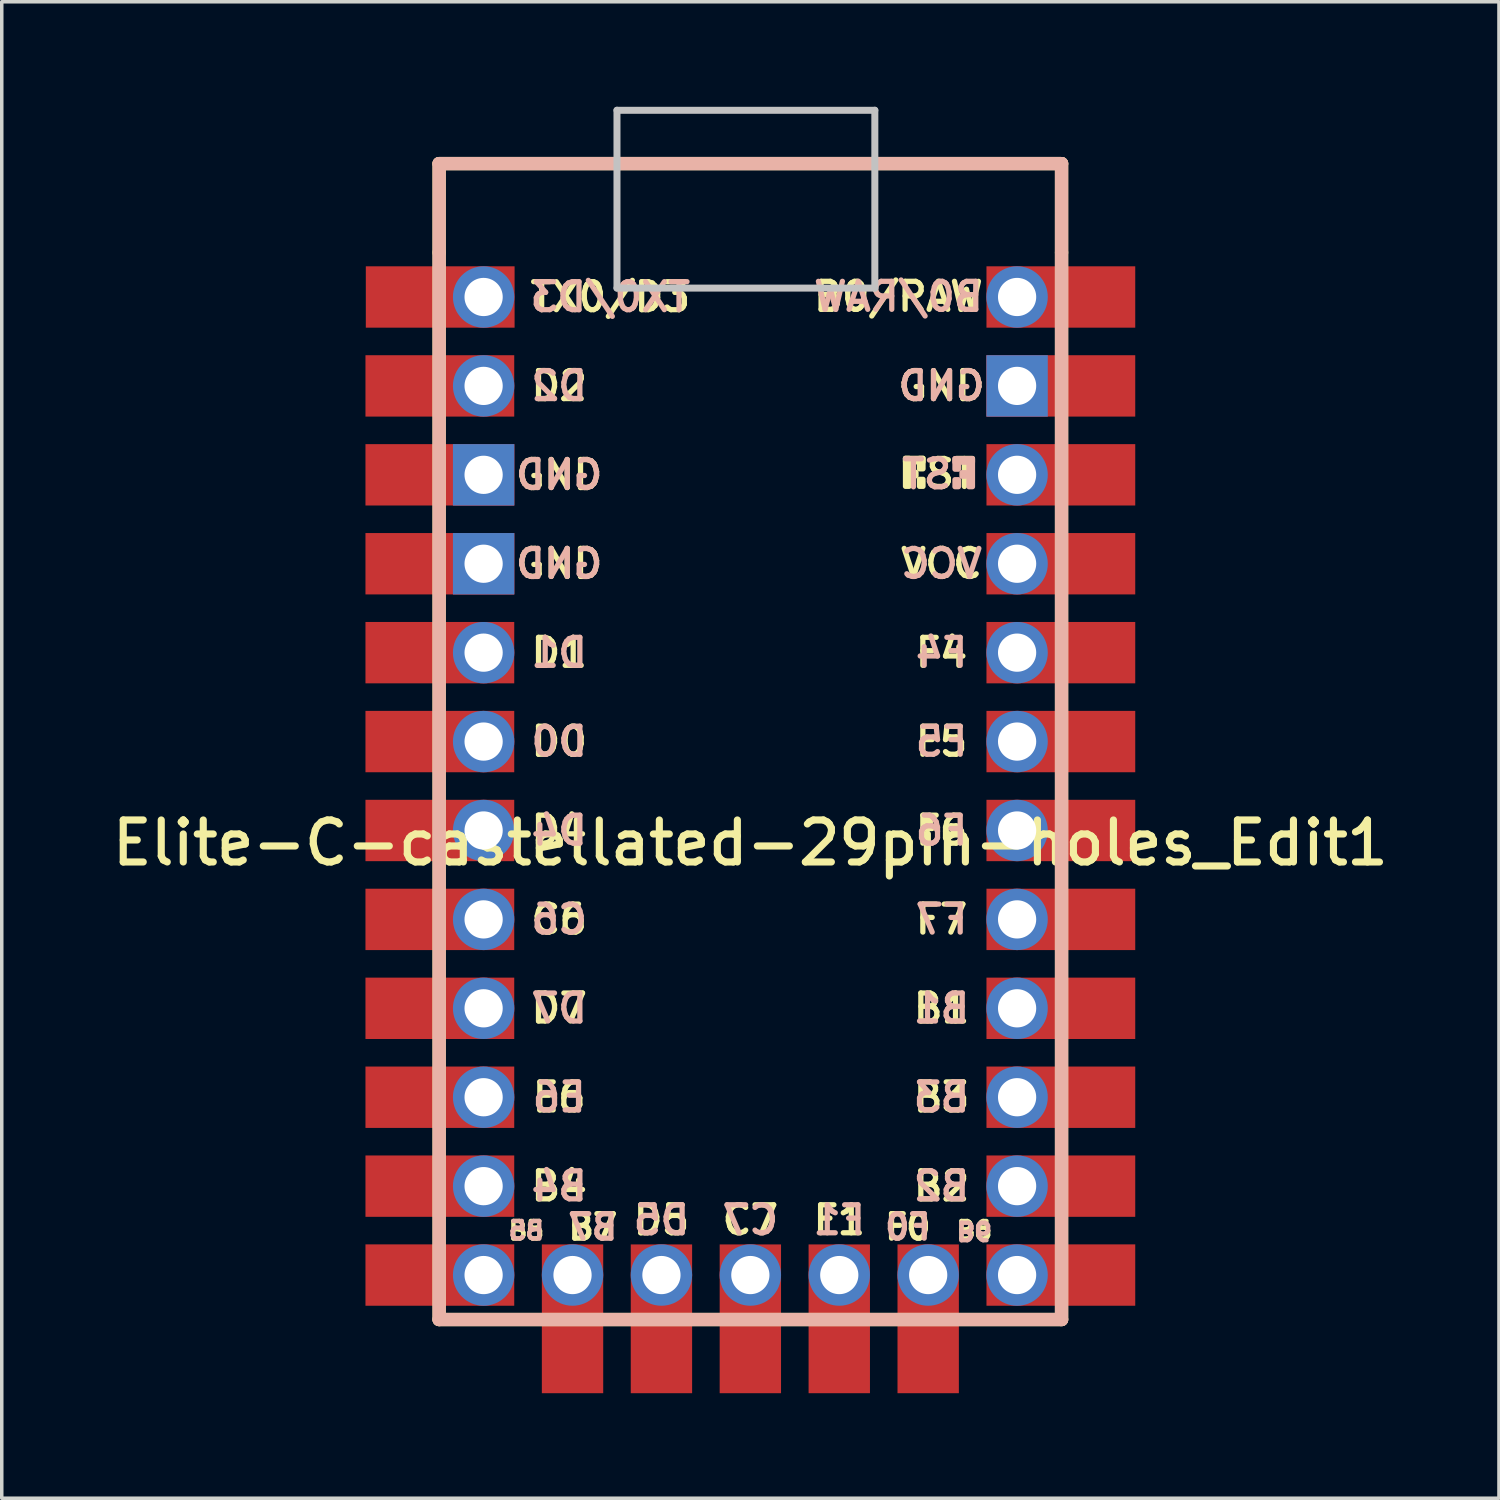
<source format=kicad_pcb>
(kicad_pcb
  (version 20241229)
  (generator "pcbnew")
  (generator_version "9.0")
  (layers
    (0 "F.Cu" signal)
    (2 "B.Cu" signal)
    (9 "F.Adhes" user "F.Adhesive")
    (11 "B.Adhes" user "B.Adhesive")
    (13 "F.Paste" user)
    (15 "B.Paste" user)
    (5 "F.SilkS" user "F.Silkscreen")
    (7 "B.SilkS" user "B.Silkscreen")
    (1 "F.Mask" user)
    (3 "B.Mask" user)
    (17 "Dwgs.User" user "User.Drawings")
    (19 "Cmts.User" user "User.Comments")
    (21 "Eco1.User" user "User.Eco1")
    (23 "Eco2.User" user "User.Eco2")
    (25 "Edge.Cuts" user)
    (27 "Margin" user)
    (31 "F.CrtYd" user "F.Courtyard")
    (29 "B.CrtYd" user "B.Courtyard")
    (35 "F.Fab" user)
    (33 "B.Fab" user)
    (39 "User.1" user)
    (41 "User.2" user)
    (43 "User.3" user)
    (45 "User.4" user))
  (footprint "Elite-C-castellated-29pin-holes_Edit1"
    (layer "F.Cu")
    (at 18.385 19.404)
    (property "Reference" "Elite-C-castellated-29pin-holes_Edit1" (at 0 1.625 0) (layer "F.SilkS") (effects (font (size 1.2 1.2) (thickness 0.203))))
    (attr through_hole)
    (fp_line (start -8.89 -17.78) (end -8.89 -15.24) (stroke (width 0.381) (type solid)) (layer "F.SilkS"))
    (fp_line (start -8.89 -15.24) (end -8.89 15.24) (stroke (width 0.381) (type solid)) (layer "F.SilkS"))
    (fp_line (start -8.89 15.24) (end 8.89 15.24) (stroke (width 0.381) (type solid)) (layer "F.SilkS"))
    (fp_line (start 8.89 -17.78) (end -8.89 -17.78) (stroke (width 0.381) (type solid)) (layer "F.SilkS"))
    (fp_line (start 8.89 -15.24) (end 8.89 -17.78) (stroke (width 0.381) (type solid)) (layer "F.SilkS"))
    (fp_line (start 8.89 15.24) (end 8.89 -15.24) (stroke (width 0.381) (type solid)) (layer "F.SilkS"))
    (fp_poly (pts (xy 4.532 -9.361) (xy 4.532 -8.561) (xy 4.432 -8.561) (xy 4.432 -9.361)) (stroke (width 0.15) (type solid)) (fill yes) (layer "F.SilkS"))
    (fp_poly (pts (xy 4.732 -8.961) (xy 4.732 -8.861) (xy 4.632 -8.861) (xy 4.632 -8.961)) (stroke (width 0.15) (type solid)) (fill yes) (layer "F.SilkS"))
    (fp_poly (pts (xy 4.932 -9.361) (xy 4.932 -9.261) (xy 4.432 -9.261) (xy 4.432 -9.361)) (stroke (width 0.15) (type solid)) (fill yes) (layer "F.SilkS"))
    (fp_poly (pts (xy 4.932 -9.361) (xy 4.932 -9.061) (xy 4.832 -9.061) (xy 4.832 -9.361)) (stroke (width 0.15) (type solid)) (fill yes) (layer "F.SilkS"))
    (fp_poly (pts (xy 4.932 -8.761) (xy 4.932 -8.561) (xy 4.832 -8.561) (xy 4.832 -8.761)) (stroke (width 0.15) (type solid)) (fill yes) (layer "F.SilkS"))
    (fp_line (start -8.89 -17.78) (end -8.89 15.24) (stroke (width 0.381) (type solid)) (layer "B.SilkS"))
    (fp_line (start -8.89 15.24) (end 8.89 15.24) (stroke (width 0.381) (type solid)) (layer "B.SilkS"))
    (fp_line (start 8.89 -17.78) (end -8.89 -17.78) (stroke (width 0.381) (type solid)) (layer "B.SilkS"))
    (fp_line (start 8.89 15.24) (end 8.89 -17.78) (stroke (width 0.381) (type solid)) (layer "B.SilkS"))
    (fp_poly (pts (xy 5.845 -9.351) (xy 5.845 -9.251) (xy 6.345 -9.251) (xy 6.345 -9.351)) (stroke (width 0.15) (type solid)) (fill yes) (layer "B.SilkS"))
    (fp_poly (pts (xy 5.845 -9.351) (xy 5.845 -9.051) (xy 5.945 -9.051) (xy 5.945 -9.351)) (stroke (width 0.15) (type solid)) (fill yes) (layer "B.SilkS"))
    (fp_poly (pts (xy 5.845 -8.751) (xy 5.845 -8.551) (xy 5.945 -8.551) (xy 5.945 -8.751)) (stroke (width 0.15) (type solid)) (fill yes) (layer "B.SilkS"))
    (fp_poly (pts (xy 6.045 -8.951) (xy 6.045 -8.851) (xy 6.145 -8.851) (xy 6.145 -8.951)) (stroke (width 0.15) (type solid)) (fill yes) (layer "B.SilkS"))
    (fp_poly (pts (xy 6.245 -9.351) (xy 6.245 -8.551) (xy 6.345 -8.551) (xy 6.345 -9.351)) (stroke (width 0.15) (type solid)) (fill yes) (layer "B.SilkS"))
    (fp_line (start -3.81 -19.304) (end 3.556 -19.304) (stroke (width 0.2) (type solid)) (layer "Dwgs.User"))
    (fp_line (start -3.81 -14.224) (end -3.81 -19.304) (stroke (width 0.2) (type solid)) (layer "Dwgs.User"))
    (fp_line (start 3.556 -19.304) (end 3.556 -14.224) (stroke (width 0.2) (type solid)) (layer "Dwgs.User"))
    (fp_line (start 3.556 -14.224) (end -3.81 -14.224) (stroke (width 0.2) (type solid)) (layer "Dwgs.User"))
    (fp_text user "E6" (at -5.461 8.89 180) (layer "F.SilkS") (effects (font (size 0.8 0.8) (thickness 0.15))))
    (fp_text user "GND" (at -5.461 -8.89 180) (layer "F.SilkS") (effects (font (size 0.8 0.8) (thickness 0.15))))
    (fp_text user "D2" (at -5.461 -11.43 180) (layer "F.SilkS") (effects (font (size 0.8 0.8) (thickness 0.15))))
    (fp_text user "ST" (at 5.733 -8.92 180) (layer "F.SilkS") (effects (font (size 0.8 0.8) (thickness 0.15))))
    (fp_text user "VCC" (at 5.461 -6.35 180) (layer "F.SilkS") (effects (font (size 0.8 0.8) (thickness 0.15))))
    (fp_text user "C7" (at 0 12.4 180) (layer "F.SilkS") (effects (font (size 0.8 0.8) (thickness 0.15))))
    (fp_text user "F1" (at 2.54 12.4 180) (layer "F.SilkS") (effects (font (size 0.8 0.8) (thickness 0.15))))
    (fp_text user "C6" (at -5.461 3.81 180) (layer "F.SilkS") (effects (font (size 0.8 0.8) (thickness 0.15))))
    (fp_text user "B0/RAW" (at 4.23 -13.98 180) (layer "F.SilkS") (effects (font (size 0.8 0.8) (thickness 0.15))))
    (fp_text user "B2" (at 5.461 11.43 180) (layer "F.SilkS") (effects (font (size 0.8 0.8) (thickness 0.15))))
    (fp_text user "GND" (at 5.461 -11.43 180) (layer "F.SilkS") (effects (font (size 0.8 0.8) (thickness 0.15))))
    (fp_text user "B1" (at 5.461 6.35 180) (layer "F.SilkS") (effects (font (size 0.8 0.8) (thickness 0.15))))
    (fp_text user "B6" (at 6.4 12.7 0) (unlocked yes) (layer "F.SilkS") (effects (font (size 0.5 0.5) (thickness 0.125))))
    (fp_text user "F0" (at 4.5 12.6 180) (layer "F.SilkS") (effects (font (size 0.7 0.7) (thickness 0.15))))
    (fp_text user "B3" (at 5.461 8.89 180) (layer "F.SilkS") (effects (font (size 0.8 0.8) (thickness 0.15))))
    (fp_text user "GND" (at -5.461 -6.35 180) (layer "F.SilkS") (effects (font (size 0.8 0.8) (thickness 0.15))))
    (fp_text user "D0" (at -5.461 -1.27 180) (layer "F.SilkS") (effects (font (size 0.8 0.8) (thickness 0.15))))
    (fp_text user "B5" (at -6.4 12.7 0) (layer "F.SilkS") (effects (font (size 0.5 0.5) (thickness 0.125))))
    (fp_text user "TX0/D3" (at -4 -13.97 180) (layer "F.SilkS") (effects (font (size 0.8 0.8) (thickness 0.15))))
    (fp_text user "F7" (at 5.461 3.81 180) (layer "F.SilkS") (effects (font (size 0.8 0.8) (thickness 0.15))))
    (fp_text user "D5" (at -2.54 12.4 180) (layer "F.SilkS") (effects (font (size 0.8 0.8) (thickness 0.15))))
    (fp_text user "B4" (at -5.461 11.43 180) (layer "F.SilkS") (effects (font (size 0.8 0.8) (thickness 0.15))))
    (fp_text user "B7" (at -4.5 12.6 180) (layer "F.SilkS") (effects (font (size 0.7 0.7) (thickness 0.15))))
    (fp_text user "F5" (at 5.461 -1.27 180) (layer "F.SilkS") (effects (font (size 0.8 0.8) (thickness 0.15))))
    (fp_text user "D7" (at -5.461 6.35 180) (layer "F.SilkS") (effects (font (size 0.8 0.8) (thickness 0.15))))
    (fp_text user "D4" (at -5.461 1.27 180) (layer "F.SilkS") (effects (font (size 0.8 0.8) (thickness 0.15))))
    (fp_text user "F6" (at 5.461 1.27 180) (layer "F.SilkS") (effects (font (size 0.8 0.8) (thickness 0.15))))
    (fp_text user "F4" (at 5.461 -3.81 180) (layer "F.SilkS") (effects (font (size 0.8 0.8) (thickness 0.15))))
    (fp_text user "D1" (at -5.461 -3.81 180) (layer "F.SilkS") (effects (font (size 0.8 0.8) (thickness 0.15))))
    (fp_text user "B4" (at -5.461 11.43 180) (layer "B.SilkS") (effects (font (size 0.8 0.8) (thickness 0.15)) (justify mirror)))
    (fp_text user "TX0/D3" (at -4 -13.97 180) (layer "B.SilkS") (effects (font (size 0.8 0.8) (thickness 0.15)) (justify mirror)))
    (fp_text user "GND" (at -5.461 -8.89 180) (layer "B.SilkS") (effects (font (size 0.8 0.8) (thickness 0.15)) (justify mirror)))
    (fp_text user "F0" (at 4.5 12.6 180) (layer "B.SilkS") (effects (font (size 0.7 0.7) (thickness 0.15)) (justify mirror)))
    (fp_text user "GND" (at 5.461 -11.43 180) (layer "B.SilkS") (effects (font (size 0.8 0.8) (thickness 0.15)) (justify mirror)))
    (fp_text user "GND" (at -5.461 -6.35 180) (layer "B.SilkS") (effects (font (size 0.8 0.8) (thickness 0.15)) (justify mirror)))
    (fp_text user "B1" (at 5.461 6.35 180) (layer "B.SilkS") (effects (font (size 0.8 0.8) (thickness 0.15)) (justify mirror)))
    (fp_text user "F6" (at 5.461 1.27 180) (layer "B.SilkS") (effects (font (size 0.8 0.8) (thickness 0.15)) (justify mirror)))
    (fp_text user "C7" (at 0 12.4 180) (layer "B.SilkS") (effects (font (size 0.8 0.8) (thickness 0.15)) (justify mirror)))
    (fp_text user "B0/RAW" (at 4.23 -13.98 180) (layer "B.SilkS") (effects (font (size 0.8 0.8) (thickness 0.15)) (justify mirror)))
    (fp_text user "B3" (at 5.461 8.89 180) (layer "B.SilkS") (effects (font (size 0.8 0.8) (thickness 0.15)) (justify mirror)))
    (fp_text user "C6" (at -5.461 3.81 180) (layer "B.SilkS") (effects (font (size 0.8 0.8) (thickness 0.15)) (justify mirror)))
    (fp_text user "D5" (at -2.54 12.4 180) (layer "B.SilkS") (effects (font (size 0.8 0.8) (thickness 0.15)) (justify mirror)))
    (fp_text user "VCC" (at 5.461 -6.35 180) (layer "B.SilkS") (effects (font (size 0.8 0.8) (thickness 0.15)) (justify mirror)))
    (fp_text user "D7" (at -5.461 6.35 180) (layer "B.SilkS") (effects (font (size 0.8 0.8) (thickness 0.15)) (justify mirror)))
    (fp_text user "D0" (at -5.461 -1.27 180) (layer "B.SilkS") (effects (font (size 0.8 0.8) (thickness 0.15)) (justify mirror)))
    (fp_text user "ST" (at 5.04 -8.91 180) (layer "B.SilkS") (effects (font (size 0.8 0.8) (thickness 0.15)) (justify mirror)))
    (fp_text user "B6" (at 6.4 12.7 180) (unlocked yes) (layer "B.SilkS") (effects (font (size 0.5 0.5) (thickness 0.125)) (justify mirror)))
    (fp_text user "F1" (at 2.54 12.4 180) (layer "B.SilkS") (effects (font (size 0.8 0.8) (thickness 0.15)) (justify mirror)))
    (fp_text user "D4" (at -5.461 1.27 180) (layer "B.SilkS") (effects (font (size 0.8 0.8) (thickness 0.15)) (justify mirror)))
    (fp_text user "D2" (at -5.461 -11.43 180) (layer "B.SilkS") (effects (font (size 0.8 0.8) (thickness 0.15)) (justify mirror)))
    (fp_text user "F5" (at 5.461 -1.27 180) (layer "B.SilkS") (effects (font (size 0.8 0.8) (thickness 0.15)) (justify mirror)))
    (fp_text user "B2" (at 5.461 11.43 180) (layer "B.SilkS") (effects (font (size 0.8 0.8) (thickness 0.15)) (justify mirror)))
    (fp_text user "B5" (at -6.4 12.7 0) (layer "B.SilkS") (effects (font (size 0.5 0.5) (thickness 0.125)) (justify mirror)))
    (fp_text user "F4" (at 5.461 -3.81 180) (layer "B.SilkS") (effects (font (size 0.8 0.8) (thickness 0.15)) (justify mirror)))
    (fp_text user "F7" (at 5.461 3.81 180) (layer "B.SilkS") (effects (font (size 0.8 0.8) (thickness 0.15)) (justify mirror)))
    (fp_text user "D1" (at -5.461 -3.81 180) (layer "B.SilkS") (effects (font (size 0.8 0.8) (thickness 0.15)) (justify mirror)))
    (fp_text user "B7" (at -4.5 12.6 180) (layer "B.SilkS") (effects (font (size 0.7 0.7) (thickness 0.15)) (justify mirror)))
    (fp_text user "E6" (at -5.461 8.89 180) (layer "B.SilkS") (effects (font (size 0.8 0.8) (thickness 0.15)) (justify mirror)))
    (pad "1" connect rect (at -8.86 -13.97 270) (size 1.753 4.25) (layers "F.Cu" "F.Mask"))
    (pad "1" thru_hole circle (at -7.62 -13.97 270) (size 1.753 1.753) (drill 1.092) (layers "*.Cu" "*.Mask"))
    (pad "2" connect rect (at -8.87 -11.43 270) (size 1.753 4.25) (layers "F.Cu" "F.Mask"))
    (pad "2" thru_hole circle (at -7.62 -11.43 270) (size 1.753 1.753) (drill 1.092) (layers "*.Cu" "*.Mask"))
    (pad "3" connect rect (at -8.87 -8.89 270) (size 1.753 4.25) (layers "F.Cu" "F.Mask"))
    (pad "3" thru_hole rect (at -7.62 -8.89 270) (size 1.753 1.753) (drill 1.092) (layers "*.Cu" "*.Mask"))
    (pad "4" connect rect (at -8.87 -6.35 270) (size 1.753 4.25) (layers "F.Cu" "F.Mask"))
    (pad "4" thru_hole rect (at -7.62 -6.35 270) (size 1.753 1.753) (drill 1.092) (layers "*.Cu" "*.Mask"))
    (pad "5" connect rect (at -8.87 -3.81 270) (size 1.753 4.25) (layers "F.Cu" "F.Mask"))
    (pad "5" thru_hole circle (at -7.62 -3.81 270) (size 1.753 1.753) (drill 1.092) (layers "*.Cu" "*.Mask"))
    (pad "6" connect rect (at -8.87 -1.27 270) (size 1.753 4.25) (layers "F.Cu" "F.Mask"))
    (pad "6" thru_hole circle (at -7.62 -1.27 270) (size 1.753 1.753) (drill 1.092) (layers "*.Cu" "*.Mask"))
    (pad "7" connect rect (at -8.87 1.27 270) (size 1.753 4.25) (layers "F.Cu" "F.Mask"))
    (pad "7" thru_hole circle (at -7.62 1.27 270) (size 1.753 1.753) (drill 1.092) (layers "*.Cu" "*.Mask"))
    (pad "8" connect rect (at -8.87 3.81 270) (size 1.753 4.25) (layers "F.Cu" "F.Mask"))
    (pad "8" thru_hole circle (at -7.62 3.81 270) (size 1.753 1.753) (drill 1.092) (layers "*.Cu" "*.Mask"))
    (pad "9" connect rect (at -8.87 6.35 270) (size 1.753 4.25) (layers "F.Cu" "F.Mask"))
    (pad "9" thru_hole circle (at -7.62 6.35 270) (size 1.753 1.753) (drill 1.092) (layers "*.Cu" "*.Mask"))
    (pad "10" connect rect (at -8.87 8.89 270) (size 1.753 4.25) (layers "F.Cu" "F.Mask"))
    (pad "10" thru_hole circle (at -7.62 8.89 270) (size 1.753 1.753) (drill 1.092) (layers "*.Cu" "*.Mask"))
    (pad "11" connect rect (at -8.87 11.43 270) (size 1.753 4.25) (layers "F.Cu" "F.Mask"))
    (pad "11" thru_hole circle (at -7.62 11.43 270) (size 1.753 1.753) (drill 1.092) (layers "*.Cu" "*.Mask"))
    (pad "12" connect rect (at -8.87 13.97 270) (size 1.753 4.25) (layers "F.Cu" "F.Mask"))
    (pad "12" thru_hole circle (at -7.62 13.97 270) (size 1.753 1.753) (drill 1.092) (layers "*.Cu" "*.Mask"))
    (pad "13" thru_hole circle (at 7.62 13.97 270) (size 1.753 1.753) (drill 1.092) (layers "*.Cu" "*.Mask"))
    (pad "13" connect rect (at 8.87 13.97 270) (size 1.753 4.25) (layers "F.Cu" "F.Mask"))
    (pad "14" thru_hole circle (at 7.62 11.43 270) (size 1.753 1.753) (drill 1.092) (layers "*.Cu" "*.Mask"))
    (pad "14" connect rect (at 8.87 11.43 270) (size 1.753 4.25) (layers "F.Cu" "F.Mask"))
    (pad "15" thru_hole circle (at 7.62 8.89 270) (size 1.753 1.753) (drill 1.092) (layers "*.Cu" "*.Mask"))
    (pad "15" connect rect (at 8.87 8.89 270) (size 1.753 4.25) (layers "F.Cu" "F.Mask"))
    (pad "16" thru_hole circle (at 7.62 6.35 270) (size 1.753 1.753) (drill 1.092) (layers "*.Cu" "*.Mask"))
    (pad "16" connect rect (at 8.87 6.35 270) (size 1.753 4.25) (layers "F.Cu" "F.Mask"))
    (pad "17" thru_hole circle (at 7.62 3.81 270) (size 1.753 1.753) (drill 1.092) (layers "*.Cu" "*.Mask"))
    (pad "17" connect rect (at 8.87 3.81 270) (size 1.753 4.25) (layers "F.Cu" "F.Mask"))
    (pad "18" thru_hole circle (at 7.62 1.27 270) (size 1.753 1.753) (drill 1.092) (layers "*.Cu" "*.Mask"))
    (pad "18" connect rect (at 8.87 1.27 270) (size 1.753 4.25) (layers "F.Cu" "F.Mask"))
    (pad "19" thru_hole circle (at 7.62 -1.27 270) (size 1.753 1.753) (drill 1.092) (layers "*.Cu" "*.Mask"))
    (pad "19" connect rect (at 8.87 -1.27 270) (size 1.753 4.25) (layers "F.Cu" "F.Mask"))
    (pad "20" thru_hole circle (at 7.62 -3.81 270) (size 1.753 1.753) (drill 1.092) (layers "*.Cu" "*.Mask"))
    (pad "20" connect rect (at 8.87 -3.81 270) (size 1.753 4.25) (layers "F.Cu" "F.Mask"))
    (pad "21" thru_hole circle (at 7.62 -6.35 270) (size 1.753 1.753) (drill 1.092) (layers "*.Cu" "*.Mask"))
    (pad "21" connect rect (at 8.87 -6.35 270) (size 1.753 4.25) (layers "F.Cu" "F.Mask"))
    (pad "22" thru_hole circle (at 7.62 -8.89 270) (size 1.753 1.753) (drill 1.092) (layers "*.Cu" "*.Mask"))
    (pad "22" connect rect (at 8.87 -8.89 270) (size 1.753 4.25) (layers "F.Cu" "F.Mask"))
    (pad "23" thru_hole rect (at 7.62 -11.43 270) (size 1.753 1.753) (drill 1.092) (layers "*.Cu" "*.Mask"))
    (pad "23" connect rect (at 8.87 -11.43 270) (size 1.753 4.25) (layers "F.Cu" "F.Mask"))
    (pad "24" thru_hole circle (at 7.62 -13.97 270) (size 1.753 1.753) (drill 1.092) (layers "*.Cu" "*.Mask"))
    (pad "24" connect rect (at 8.87 -13.97 270) (size 1.753 4.25) (layers "F.Cu" "F.Mask"))
    (pad "25" thru_hole circle (at -5.08 13.97 270) (size 1.753 1.753) (drill 1.092) (layers "*.Cu" "*.Mask"))
    (pad "25" connect rect (at -5.08 15.22) (size 1.753 4.25) (layers "F.Cu" "F.Mask"))
    (pad "26" thru_hole circle (at -2.54 13.97 270) (size 1.753 1.753) (drill 1.092) (layers "*.Cu" "*.Mask"))
    (pad "26" connect rect (at -2.54 15.22) (size 1.753 4.25) (layers "F.Cu" "F.Mask"))
    (pad "27" thru_hole circle (at 0 13.97 270) (size 1.753 1.753) (drill 1.092) (layers "*.Cu" "*.Mask"))
    (pad "27" connect rect (at 0 15.22) (size 1.753 4.25) (layers "F.Cu" "F.Mask"))
    (pad "28" thru_hole circle (at 2.54 13.97 270) (size 1.753 1.753) (drill 1.092) (layers "*.Cu" "*.Mask"))
    (pad "28" connect rect (at 2.54 15.22) (size 1.753 4.25) (layers "F.Cu" "F.Mask"))
    (pad "29" thru_hole circle (at 5.08 13.97 270) (size 1.753 1.753) (drill 1.092) (layers "*.Cu" "*.Mask"))
    (pad "29" connect rect (at 5.08 15.22) (size 1.753 4.25) (layers "F.Cu" "F.Mask")))
  (gr_rect
    (start -3 -3)
    (end 39.77 39.749)
    (stroke (width 0.1) (type default))
    (fill no)
    (layer "Edge.Cuts")))
</source>
